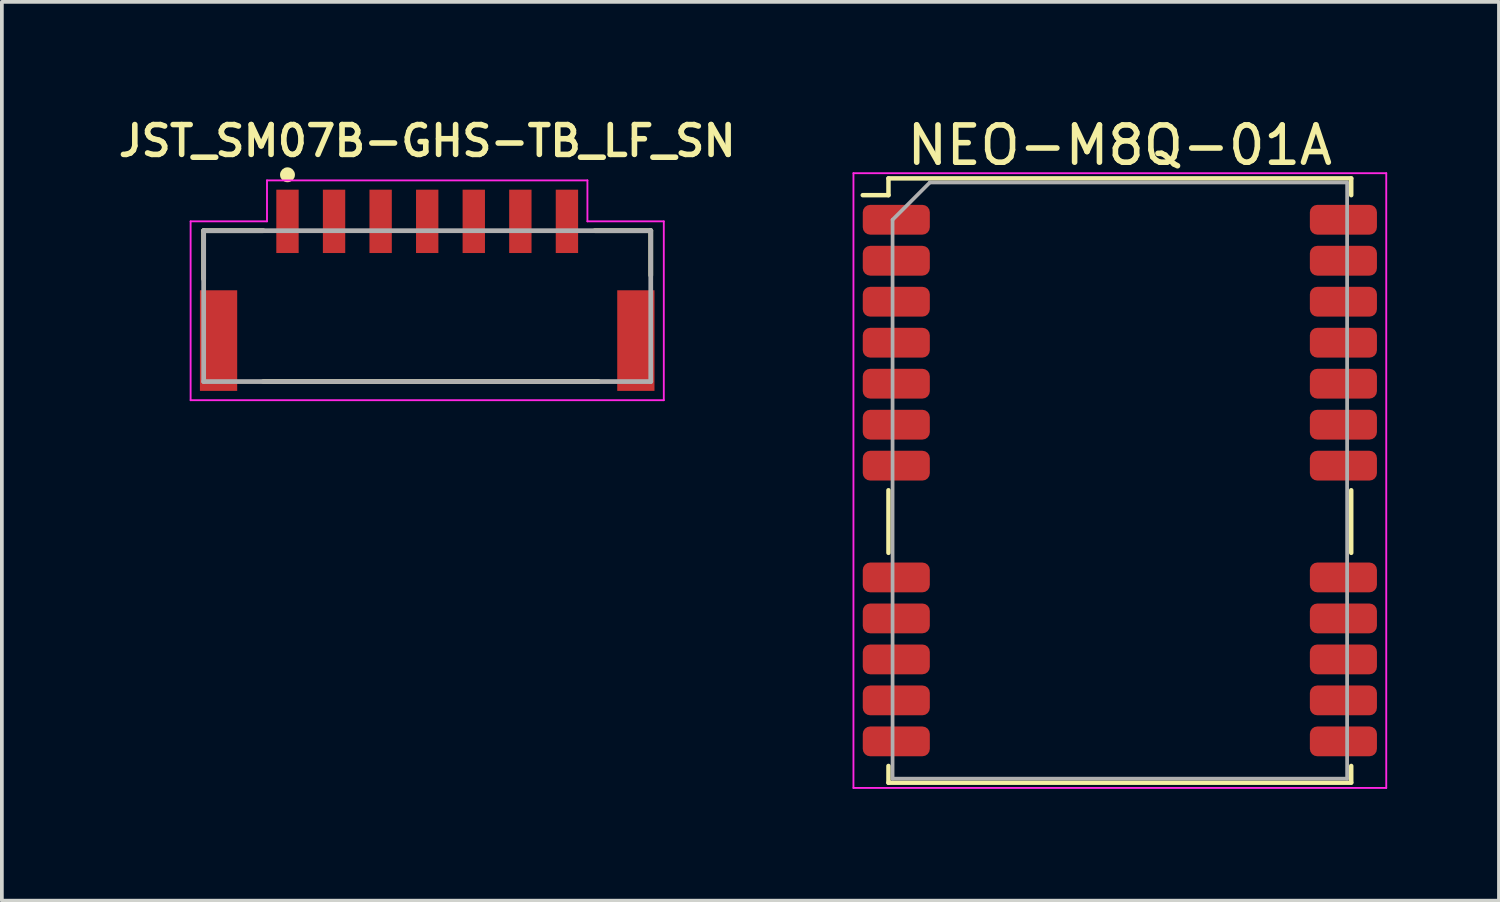
<source format=kicad_pcb>
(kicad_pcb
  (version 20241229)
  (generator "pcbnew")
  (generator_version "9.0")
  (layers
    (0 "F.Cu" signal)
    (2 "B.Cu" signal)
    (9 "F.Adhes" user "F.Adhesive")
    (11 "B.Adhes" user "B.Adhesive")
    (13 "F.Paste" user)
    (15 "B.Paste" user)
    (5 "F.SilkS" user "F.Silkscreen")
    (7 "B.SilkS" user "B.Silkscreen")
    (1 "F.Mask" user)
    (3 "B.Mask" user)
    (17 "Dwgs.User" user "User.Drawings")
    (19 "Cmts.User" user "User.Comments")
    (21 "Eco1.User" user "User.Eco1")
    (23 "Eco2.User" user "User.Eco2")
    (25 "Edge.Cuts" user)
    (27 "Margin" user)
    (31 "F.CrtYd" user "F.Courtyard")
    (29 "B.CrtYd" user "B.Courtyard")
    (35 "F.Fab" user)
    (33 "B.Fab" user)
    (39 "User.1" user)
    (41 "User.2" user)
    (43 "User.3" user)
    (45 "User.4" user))
  (footprint "JST_SM07B-GHS-TB_LF_SN"
    (layer "F.Cu")
    (at 8.416 4.741)
    (property "Reference" "JST_SM07B-GHS-TB_LF_SN" (at 0 -4.01 0) (layer "F.SilkS") (effects (font (size 0.8 0.8) (thickness 0.15))))
    (attr through_hole)
    (fp_line (start -6 -1.6) (end -4.4 -1.6) (stroke (width 0.127) (type solid)) (layer "F.SilkS"))
    (fp_line (start -6 -0.3) (end -6 -1.6) (stroke (width 0.127) (type solid)) (layer "F.SilkS"))
    (fp_line (start -4.4 2.45) (end 4.6 2.45) (stroke (width 0.127) (type solid)) (layer "F.SilkS"))
    (fp_line (start 4.5 -1.6) (end 6 -1.6) (stroke (width 0.127) (type solid)) (layer "F.SilkS"))
    (fp_line (start 6 -1.6) (end 6 -0.4) (stroke (width 0.127) (type solid)) (layer "F.SilkS"))
    (fp_circle (center -3.75 -3.1) (end -3.65 -3.1) (stroke (width 0.2) (type solid)) (fill no) (layer "F.SilkS"))
    (fp_line (start -6.35 -1.85) (end -4.3 -1.85) (stroke (width 0.05) (type solid)) (layer "F.CrtYd"))
    (fp_line (start -6.35 2.95) (end -6.35 -1.85) (stroke (width 0.05) (type solid)) (layer "F.CrtYd"))
    (fp_line (start -4.3 -2.95) (end 4.3 -2.95) (stroke (width 0.05) (type solid)) (layer "F.CrtYd"))
    (fp_line (start -4.3 -1.85) (end -4.3 -2.95) (stroke (width 0.05) (type solid)) (layer "F.CrtYd"))
    (fp_line (start 4.3 -2.95) (end 4.3 -1.85) (stroke (width 0.05) (type solid)) (layer "F.CrtYd"))
    (fp_line (start 4.3 -1.85) (end 6.35 -1.85) (stroke (width 0.05) (type solid)) (layer "F.CrtYd"))
    (fp_line (start 6.35 -1.85) (end 6.35 2.95) (stroke (width 0.05) (type solid)) (layer "F.CrtYd"))
    (fp_line (start 6.35 2.95) (end -6.35 2.95) (stroke (width 0.05) (type solid)) (layer "F.CrtYd"))
    (fp_line (start -6 -1.6) (end 6 -1.6) (stroke (width 0.127) (type solid)) (layer "F.Fab"))
    (fp_line (start -6 2.45) (end -6 -1.6) (stroke (width 0.127) (type solid)) (layer "F.Fab"))
    (fp_line (start 6 -1.6) (end 6 2.45) (stroke (width 0.127) (type solid)) (layer "F.Fab"))
    (fp_line (start 6 2.45) (end -6 2.45) (stroke (width 0.127) (type solid)) (layer "F.Fab"))
    (pad "1" smd rect (at -3.75 -1.85) (size 0.6 1.7) (layers "F.Cu" "F.Mask" "F.Paste"))
    (pad "2" smd rect (at -2.5 -1.85) (size 0.6 1.7) (layers "F.Cu" "F.Mask" "F.Paste"))
    (pad "3" smd rect (at -1.25 -1.85) (size 0.6 1.7) (layers "F.Cu" "F.Mask" "F.Paste"))
    (pad "4" smd rect (at 0 -1.85) (size 0.6 1.7) (layers "F.Cu" "F.Mask" "F.Paste"))
    (pad "5" smd rect (at 1.25 -1.85) (size 0.6 1.7) (layers "F.Cu" "F.Mask" "F.Paste"))
    (pad "6" smd rect (at 2.5 -1.85) (size 0.6 1.7) (layers "F.Cu" "F.Mask" "F.Paste"))
    (pad "7" smd rect (at 3.75 -1.85) (size 0.6 1.7) (layers "F.Cu" "F.Mask" "F.Paste"))
    (pad "S1" smd rect (at 5.6 1.35) (size 1 2.7) (layers "F.Cu" "F.Mask" "F.Paste"))
    (pad "S2" smd rect (at -5.6 1.35) (size 1 2.7) (layers "F.Cu" "F.Mask" "F.Paste")))
  (footprint "NEO-M8Q-01A"
    (layer "F.Cu")
    (at 27.006 9.848)
    (property "Reference" "NEO-M8Q-01A" (at 0 -9 0) (layer "F.SilkS") (effects (font (size 1 1) (thickness 0.15))))
    (attr smd)
    (fp_line (start -6.9 -7.66) (end -6.21 -7.66) (stroke (width 0.12) (type solid)) (layer "F.SilkS"))
    (fp_line (start -6.21 -8.11) (end -6.21 -7.66) (stroke (width 0.12) (type solid)) (layer "F.SilkS"))
    (fp_line (start -6.21 -8.11) (end 6.21 -8.11) (stroke (width 0.12) (type solid)) (layer "F.SilkS"))
    (fp_line (start -6.21 0.26) (end -6.21 1.94) (stroke (width 0.12) (type solid)) (layer "F.SilkS"))
    (fp_line (start -6.21 7.66) (end -6.21 8.11) (stroke (width 0.12) (type solid)) (layer "F.SilkS"))
    (fp_line (start -6.21 8.11) (end 6.21 8.11) (stroke (width 0.12) (type solid)) (layer "F.SilkS"))
    (fp_line (start 6.21 -8.11) (end 6.21 -7.66) (stroke (width 0.12) (type solid)) (layer "F.SilkS"))
    (fp_line (start 6.21 0.26) (end 6.21 1.94) (stroke (width 0.12) (type solid)) (layer "F.SilkS"))
    (fp_line (start 6.21 7.66) (end 6.21 8.1) (stroke (width 0.12) (type solid)) (layer "F.SilkS"))
    (fp_line (start -7.15 -8.25) (end -7.15 8.25) (stroke (width 0.05) (type solid)) (layer "F.CrtYd"))
    (fp_line (start -7.15 -8.25) (end 7.15 -8.25) (stroke (width 0.05) (type solid)) (layer "F.CrtYd"))
    (fp_line (start -7.15 8.25) (end 7.15 8.25) (stroke (width 0.05) (type solid)) (layer "F.CrtYd"))
    (fp_line (start 7.15 -8.25) (end 7.15 8.25) (stroke (width 0.05) (type solid)) (layer "F.CrtYd"))
    (fp_line (start -6.1 -7) (end -6.1 8) (stroke (width 0.1) (type solid)) (layer "F.Fab"))
    (fp_line (start -6.1 8) (end 6.1 8) (stroke (width 0.1) (type solid)) (layer "F.Fab"))
    (fp_line (start -5.1 -8) (end -6.1 -7) (stroke (width 0.1) (type solid)) (layer "F.Fab"))
    (fp_line (start -5.1 -8) (end 6.1 -8) (stroke (width 0.1) (type solid)) (layer "F.Fab"))
    (fp_line (start 6.1 -8) (end 6.1 8) (stroke (width 0.1) (type solid)) (layer "F.Fab"))
    (pad "1" smd roundrect (at -6 -7) (size 1.8 0.8) (layers "F.Cu" "F.Mask" "F.Paste") (roundrect_rratio 0.25))
    (pad "2" smd roundrect (at -6 -5.9) (size 1.8 0.8) (layers "F.Cu" "F.Mask" "F.Paste") (roundrect_rratio 0.25))
    (pad "3" smd roundrect (at -6 -4.8) (size 1.8 0.8) (layers "F.Cu" "F.Mask" "F.Paste") (roundrect_rratio 0.25))
    (pad "4" smd roundrect (at -6 -3.7) (size 1.8 0.8) (layers "F.Cu" "F.Mask" "F.Paste") (roundrect_rratio 0.25))
    (pad "5" smd roundrect (at -6 -2.6) (size 1.8 0.8) (layers "F.Cu" "F.Mask" "F.Paste") (roundrect_rratio 0.25))
    (pad "6" smd roundrect (at -6 -1.5) (size 1.8 0.8) (layers "F.Cu" "F.Mask" "F.Paste") (roundrect_rratio 0.25))
    (pad "7" smd roundrect (at -6 -0.4) (size 1.8 0.8) (layers "F.Cu" "F.Mask" "F.Paste") (roundrect_rratio 0.25))
    (pad "8" smd roundrect (at -6 2.6) (size 1.8 0.8) (layers "F.Cu" "F.Mask" "F.Paste") (roundrect_rratio 0.25))
    (pad "9" smd roundrect (at -6 3.7) (size 1.8 0.8) (layers "F.Cu" "F.Mask" "F.Paste") (roundrect_rratio 0.25))
    (pad "10" smd roundrect (at -6 4.8) (size 1.8 0.8) (layers "F.Cu" "F.Mask" "F.Paste") (roundrect_rratio 0.25))
    (pad "11" smd roundrect (at -6 5.9) (size 1.8 0.8) (layers "F.Cu" "F.Mask" "F.Paste") (roundrect_rratio 0.25))
    (pad "12" smd roundrect (at -6 7) (size 1.8 0.8) (layers "F.Cu" "F.Mask" "F.Paste") (roundrect_rratio 0.25))
    (pad "13" smd roundrect (at 6 7) (size 1.8 0.8) (layers "F.Cu" "F.Mask" "F.Paste") (roundrect_rratio 0.25))
    (pad "14" smd roundrect (at 6 5.9) (size 1.8 0.8) (layers "F.Cu" "F.Mask" "F.Paste") (roundrect_rratio 0.25))
    (pad "15" smd roundrect (at 6 4.8) (size 1.8 0.8) (layers "F.Cu" "F.Mask" "F.Paste") (roundrect_rratio 0.25))
    (pad "16" smd roundrect (at 6 3.7) (size 1.8 0.8) (layers "F.Cu" "F.Mask" "F.Paste") (roundrect_rratio 0.25))
    (pad "17" smd roundrect (at 6 2.6) (size 1.8 0.8) (layers "F.Cu" "F.Mask" "F.Paste") (roundrect_rratio 0.25))
    (pad "18" smd roundrect (at 6 -0.4) (size 1.8 0.8) (layers "F.Cu" "F.Mask" "F.Paste") (roundrect_rratio 0.25))
    (pad "19" smd roundrect (at 6 -1.5) (size 1.8 0.8) (layers "F.Cu" "F.Mask" "F.Paste") (roundrect_rratio 0.25))
    (pad "20" smd roundrect (at 6 -2.6) (size 1.8 0.8) (layers "F.Cu" "F.Mask" "F.Paste") (roundrect_rratio 0.25))
    (pad "21" smd roundrect (at 6 -3.7) (size 1.8 0.8) (layers "F.Cu" "F.Mask" "F.Paste") (roundrect_rratio 0.25))
    (pad "22" smd roundrect (at 6 -4.8) (size 1.8 0.8) (layers "F.Cu" "F.Mask" "F.Paste") (roundrect_rratio 0.25))
    (pad "23" smd roundrect (at 6 -5.9) (size 1.8 0.8) (layers "F.Cu" "F.Mask" "F.Paste") (roundrect_rratio 0.25))
    (pad "24" smd roundrect (at 6 -7) (size 1.8 0.8) (layers "F.Cu" "F.Mask" "F.Paste") (roundrect_rratio 0.25)))
  (gr_rect
    (start -3 -3)
    (end 37.181 21.123)
    (stroke (width 0.1) (type default))
    (fill no)
    (layer "Edge.Cuts")))
</source>
